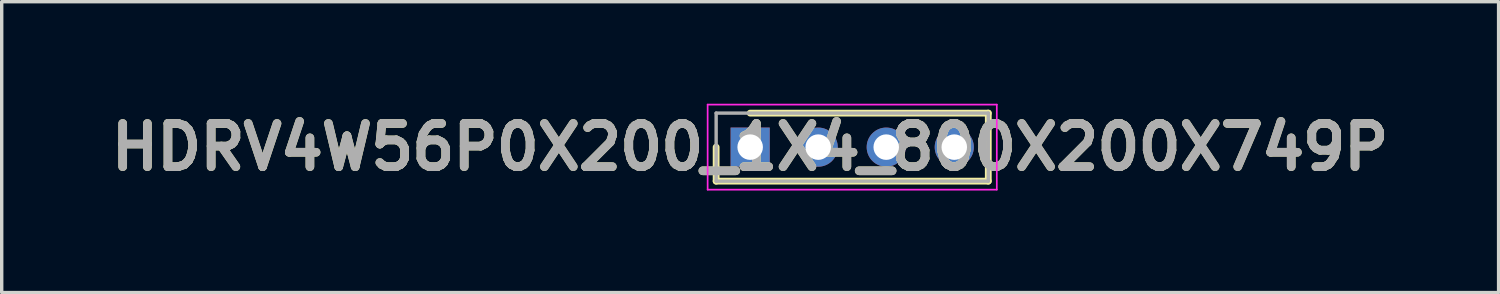
<source format=kicad_pcb>
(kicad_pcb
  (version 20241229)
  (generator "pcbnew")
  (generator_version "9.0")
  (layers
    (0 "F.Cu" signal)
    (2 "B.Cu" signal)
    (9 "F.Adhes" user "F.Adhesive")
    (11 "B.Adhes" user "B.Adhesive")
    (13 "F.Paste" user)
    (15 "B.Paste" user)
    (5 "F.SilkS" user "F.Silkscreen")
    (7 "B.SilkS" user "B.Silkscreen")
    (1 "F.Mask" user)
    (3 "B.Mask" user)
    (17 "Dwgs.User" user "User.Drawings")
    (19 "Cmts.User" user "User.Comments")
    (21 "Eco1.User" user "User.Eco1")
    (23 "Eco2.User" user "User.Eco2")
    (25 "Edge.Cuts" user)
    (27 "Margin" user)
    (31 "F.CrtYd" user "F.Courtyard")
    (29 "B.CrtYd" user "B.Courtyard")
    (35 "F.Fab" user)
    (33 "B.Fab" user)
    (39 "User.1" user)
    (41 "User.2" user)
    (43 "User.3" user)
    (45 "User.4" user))
  (footprint "HDRV4W56P0X200_1X4_800X200X749P"
    (layer "F.Cu")
    (at 19.002 1.275)
    (property "Reference" "HDRV4W56P0X200_1X4_800X200X749P" (at 0 0 0) (layer "F.SilkS") (effects (font (size 1.27 1.27) (thickness 0.254))))
    (attr through_hole)
    (fp_line (start -1 0) (end -1 1) (stroke (width 0.2) (type solid)) (layer "F.SilkS"))
    (fp_line (start -1 1) (end 7 1) (stroke (width 0.2) (type solid)) (layer "F.SilkS"))
    (fp_line (start 7 -1) (end 0 -1) (stroke (width 0.2) (type solid)) (layer "F.SilkS"))
    (fp_line (start 7 1) (end 7 -1) (stroke (width 0.2) (type solid)) (layer "F.SilkS"))
    (fp_line (start -1.25 -1.25) (end 7.25 -1.25) (stroke (width 0.05) (type solid)) (layer "F.CrtYd"))
    (fp_line (start -1.25 1.25) (end -1.25 -1.25) (stroke (width 0.05) (type solid)) (layer "F.CrtYd"))
    (fp_line (start 7.25 -1.25) (end 7.25 1.25) (stroke (width 0.05) (type solid)) (layer "F.CrtYd"))
    (fp_line (start 7.25 1.25) (end -1.25 1.25) (stroke (width 0.05) (type solid)) (layer "F.CrtYd"))
    (fp_line (start -1 -1) (end 7 -1) (stroke (width 0.1) (type solid)) (layer "F.Fab"))
    (fp_line (start -1 1) (end -1 -1) (stroke (width 0.1) (type solid)) (layer "F.Fab"))
    (fp_line (start 7 -1) (end 7 1) (stroke (width 0.1) (type solid)) (layer "F.Fab"))
    (fp_line (start 7 1) (end -1 1) (stroke (width 0.1) (type solid)) (layer "F.Fab"))
    (fp_text user "${REFERENCE}" (at 0 0 0) (layer "F.Fab") (effects (font (size 1.27 1.27) (thickness 0.254))))
    (pad "1" thru_hole rect (at 0 0) (size 1.15 1.15) (drill 0.75) (layers "*.Cu" "*.Mask"))
    (pad "2" thru_hole circle (at 2 0) (size 1.15 1.15) (drill 0.75) (layers "*.Cu" "*.Mask"))
    (pad "3" thru_hole circle (at 4 0) (size 1.15 1.15) (drill 0.75) (layers "*.Cu" "*.Mask"))
    (pad "4" thru_hole circle (at 6 0) (size 1.15 1.15) (drill 0.75) (layers "*.Cu" "*.Mask")))
  (gr_rect
    (start -3 -3)
    (end 41.003 5.55)
    (stroke (width 0.1) (type default))
    (fill no)
    (layer "Edge.Cuts")))
</source>
